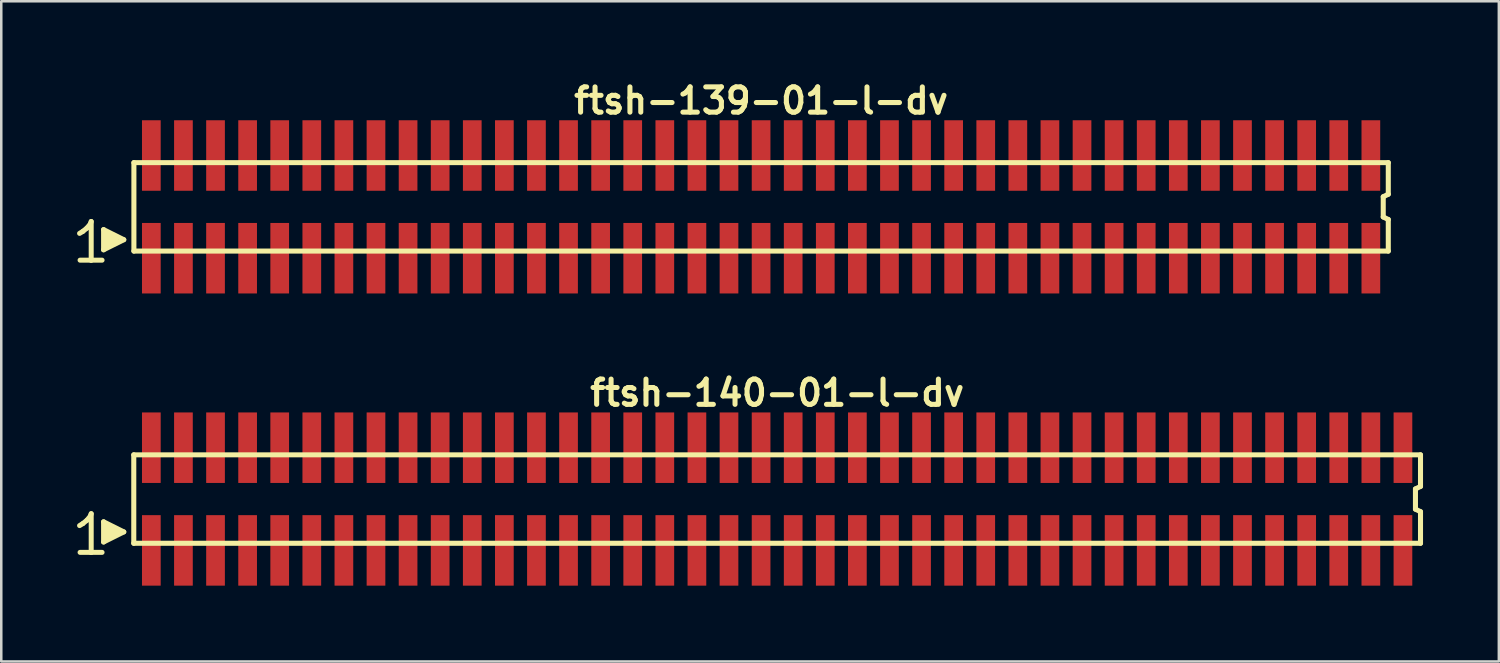
<source format=kicad_pcb>
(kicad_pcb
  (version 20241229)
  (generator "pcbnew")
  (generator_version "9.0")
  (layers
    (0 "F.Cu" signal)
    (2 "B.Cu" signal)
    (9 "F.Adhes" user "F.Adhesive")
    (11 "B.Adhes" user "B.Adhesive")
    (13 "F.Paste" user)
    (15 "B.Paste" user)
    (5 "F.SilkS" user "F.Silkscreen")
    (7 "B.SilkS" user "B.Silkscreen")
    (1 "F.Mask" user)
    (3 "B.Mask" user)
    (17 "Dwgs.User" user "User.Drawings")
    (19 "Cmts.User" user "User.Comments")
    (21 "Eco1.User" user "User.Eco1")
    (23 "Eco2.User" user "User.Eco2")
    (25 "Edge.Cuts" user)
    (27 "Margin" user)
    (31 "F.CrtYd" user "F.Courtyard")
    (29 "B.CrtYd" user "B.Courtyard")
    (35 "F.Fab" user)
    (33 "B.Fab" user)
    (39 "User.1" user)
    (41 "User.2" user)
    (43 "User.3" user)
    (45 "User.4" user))
  (footprint "ftsh-139-01-l-dv"
    (layer "F.Cu")
    (at 27.069 5.136)
    (property "Reference" "ftsh-139-01-l-dv" (at 0 -4.2 0) (layer "F.SilkS") (effects (font (size 1 1) (thickness 0.2))))
    (attr smd)
    (fp_line (start -26.97 1.05) (end -26.84 0.97) (stroke (width 0.198) (type solid)) (layer "F.SilkS"))
    (fp_line (start -26.84 0.97) (end -26.68 0.84) (stroke (width 0.198) (type solid)) (layer "F.SilkS"))
    (fp_line (start -26.68 0.84) (end -26.54 0.67) (stroke (width 0.198) (type solid)) (layer "F.SilkS"))
    (fp_line (start -26.54 0.67) (end -26.51 0.58) (stroke (width 0.198) (type solid)) (layer "F.SilkS"))
    (fp_line (start -26.51 0.58) (end -26.51 2.11) (stroke (width 0.198) (type solid)) (layer "F.SilkS"))
    (fp_line (start -26.51 2.11) (end -26.95 2.11) (stroke (width 0.198) (type solid)) (layer "F.SilkS"))
    (fp_line (start -26.08 2.11) (end -26.52 2.11) (stroke (width 0.198) (type solid)) (layer "F.SilkS"))
    (fp_line (start -26.02 0.9) (end -25.22 1.3) (stroke (width 0.198) (type solid)) (layer "F.SilkS"))
    (fp_line (start -26.02 1.7) (end -26.02 0.9) (stroke (width 0.198) (type solid)) (layer "F.SilkS"))
    (fp_line (start -25.92 1.6) (end -25.92 1) (stroke (width 0.198) (type solid)) (layer "F.SilkS"))
    (fp_line (start -25.82 1.1) (end -25.82 1.5) (stroke (width 0.198) (type solid)) (layer "F.SilkS"))
    (fp_line (start -25.72 1.5) (end -25.72 1.1) (stroke (width 0.198) (type solid)) (layer "F.SilkS"))
    (fp_line (start -25.62 1.2) (end -25.62 1.4) (stroke (width 0.198) (type solid)) (layer "F.SilkS"))
    (fp_line (start -25.52 1.4) (end -25.52 1.2) (stroke (width 0.198) (type solid)) (layer "F.SilkS"))
    (fp_line (start -25.22 1.3) (end -26.02 1.7) (stroke (width 0.198) (type solid)) (layer "F.SilkS"))
    (fp_line (start -24.82 -1.75) (end -24.82 1.75) (stroke (width 0.2) (type solid)) (layer "F.SilkS"))
    (fp_line (start -24.82 -1.75) (end 24.82 -1.75) (stroke (width 0.2) (type solid)) (layer "F.SilkS"))
    (fp_line (start -24.82 1.75) (end 24.82 1.75) (stroke (width 0.2) (type solid)) (layer "F.SilkS"))
    (fp_line (start 24.62 -0.4) (end 24.62 0.4) (stroke (width 0.2) (type solid)) (layer "F.SilkS"))
    (fp_line (start 24.62 0.4) (end 24.82 0.5) (stroke (width 0.2) (type solid)) (layer "F.SilkS"))
    (fp_line (start 24.82 -0.5) (end 24.62 -0.4) (stroke (width 0.2) (type solid)) (layer "F.SilkS"))
    (fp_line (start 24.82 -0.5) (end 24.82 -1.75) (stroke (width 0.2) (type solid)) (layer "F.SilkS"))
    (fp_line (start 24.82 0.5) (end 24.82 1.75) (stroke (width 0.2) (type solid)) (layer "F.SilkS"))
    (pad "1" smd rect (at -24.13 2.032) (size 0.74 2.79) (layers "F.Cu" "F.Mask" "F.Paste"))
    (pad "2" smd rect (at -24.13 -2.032) (size 0.74 2.79) (layers "F.Cu" "F.Mask" "F.Paste"))
    (pad "3" smd rect (at -22.86 2.032) (size 0.74 2.79) (layers "F.Cu" "F.Mask" "F.Paste"))
    (pad "4" smd rect (at -22.86 -2.032) (size 0.74 2.79) (layers "F.Cu" "F.Mask" "F.Paste"))
    (pad "5" smd rect (at -21.59 2.032) (size 0.74 2.79) (layers "F.Cu" "F.Mask" "F.Paste"))
    (pad "6" smd rect (at -21.59 -2.032) (size 0.74 2.79) (layers "F.Cu" "F.Mask" "F.Paste"))
    (pad "7" smd rect (at -20.32 2.032) (size 0.74 2.79) (layers "F.Cu" "F.Mask" "F.Paste"))
    (pad "8" smd rect (at -20.32 -2.032) (size 0.74 2.79) (layers "F.Cu" "F.Mask" "F.Paste"))
    (pad "9" smd rect (at -19.05 2.032) (size 0.74 2.79) (layers "F.Cu" "F.Mask" "F.Paste"))
    (pad "10" smd rect (at -19.05 -2.032) (size 0.74 2.79) (layers "F.Cu" "F.Mask" "F.Paste"))
    (pad "11" smd rect (at -17.78 2.032) (size 0.74 2.79) (layers "F.Cu" "F.Mask" "F.Paste"))
    (pad "12" smd rect (at -17.78 -2.032) (size 0.74 2.79) (layers "F.Cu" "F.Mask" "F.Paste"))
    (pad "13" smd rect (at -16.51 2.032) (size 0.74 2.79) (layers "F.Cu" "F.Mask" "F.Paste"))
    (pad "14" smd rect (at -16.51 -2.032) (size 0.74 2.79) (layers "F.Cu" "F.Mask" "F.Paste"))
    (pad "15" smd rect (at -15.24 2.032) (size 0.74 2.79) (layers "F.Cu" "F.Mask" "F.Paste"))
    (pad "16" smd rect (at -15.24 -2.032) (size 0.74 2.79) (layers "F.Cu" "F.Mask" "F.Paste"))
    (pad "17" smd rect (at -13.97 2.032) (size 0.74 2.79) (layers "F.Cu" "F.Mask" "F.Paste"))
    (pad "18" smd rect (at -13.97 -2.032) (size 0.74 2.79) (layers "F.Cu" "F.Mask" "F.Paste"))
    (pad "19" smd rect (at -12.7 2.032) (size 0.74 2.79) (layers "F.Cu" "F.Mask" "F.Paste"))
    (pad "20" smd rect (at -12.7 -2.032) (size 0.74 2.79) (layers "F.Cu" "F.Mask" "F.Paste"))
    (pad "21" smd rect (at -11.43 2.032) (size 0.74 2.79) (layers "F.Cu" "F.Mask" "F.Paste"))
    (pad "22" smd rect (at -11.43 -2.032) (size 0.74 2.79) (layers "F.Cu" "F.Mask" "F.Paste"))
    (pad "23" smd rect (at -10.16 2.032) (size 0.74 2.79) (layers "F.Cu" "F.Mask" "F.Paste"))
    (pad "24" smd rect (at -10.16 -2.032) (size 0.74 2.79) (layers "F.Cu" "F.Mask" "F.Paste"))
    (pad "25" smd rect (at -8.89 2.032) (size 0.74 2.79) (layers "F.Cu" "F.Mask" "F.Paste"))
    (pad "26" smd rect (at -8.89 -2.032) (size 0.74 2.79) (layers "F.Cu" "F.Mask" "F.Paste"))
    (pad "27" smd rect (at -7.62 2.032) (size 0.74 2.79) (layers "F.Cu" "F.Mask" "F.Paste"))
    (pad "28" smd rect (at -7.62 -2.032) (size 0.74 2.79) (layers "F.Cu" "F.Mask" "F.Paste"))
    (pad "29" smd rect (at -6.35 2.032) (size 0.74 2.79) (layers "F.Cu" "F.Mask" "F.Paste"))
    (pad "30" smd rect (at -6.35 -2.032) (size 0.74 2.79) (layers "F.Cu" "F.Mask" "F.Paste"))
    (pad "31" smd rect (at -5.08 2.032) (size 0.74 2.79) (layers "F.Cu" "F.Mask" "F.Paste"))
    (pad "32" smd rect (at -5.08 -2.032) (size 0.74 2.79) (layers "F.Cu" "F.Mask" "F.Paste"))
    (pad "33" smd rect (at -3.81 2.032) (size 0.74 2.79) (layers "F.Cu" "F.Mask" "F.Paste"))
    (pad "34" smd rect (at -3.81 -2.032) (size 0.74 2.79) (layers "F.Cu" "F.Mask" "F.Paste"))
    (pad "35" smd rect (at -2.54 2.032) (size 0.74 2.79) (layers "F.Cu" "F.Mask" "F.Paste"))
    (pad "36" smd rect (at -2.54 -2.032) (size 0.74 2.79) (layers "F.Cu" "F.Mask" "F.Paste"))
    (pad "37" smd rect (at -1.27 2.032) (size 0.74 2.79) (layers "F.Cu" "F.Mask" "F.Paste"))
    (pad "38" smd rect (at -1.27 -2.032) (size 0.74 2.79) (layers "F.Cu" "F.Mask" "F.Paste"))
    (pad "39" smd rect (at 0 2.032) (size 0.74 2.79) (layers "F.Cu" "F.Mask" "F.Paste"))
    (pad "40" smd rect (at 0 -2.032) (size 0.74 2.79) (layers "F.Cu" "F.Mask" "F.Paste"))
    (pad "41" smd rect (at 1.27 2.032) (size 0.74 2.79) (layers "F.Cu" "F.Mask" "F.Paste"))
    (pad "42" smd rect (at 1.27 -2.032) (size 0.74 2.79) (layers "F.Cu" "F.Mask" "F.Paste"))
    (pad "43" smd rect (at 2.54 2.032) (size 0.74 2.79) (layers "F.Cu" "F.Mask" "F.Paste"))
    (pad "44" smd rect (at 2.54 -2.032) (size 0.74 2.79) (layers "F.Cu" "F.Mask" "F.Paste"))
    (pad "45" smd rect (at 3.81 2.032) (size 0.74 2.79) (layers "F.Cu" "F.Mask" "F.Paste"))
    (pad "46" smd rect (at 3.81 -2.032) (size 0.74 2.79) (layers "F.Cu" "F.Mask" "F.Paste"))
    (pad "47" smd rect (at 5.08 2.032) (size 0.74 2.79) (layers "F.Cu" "F.Mask" "F.Paste"))
    (pad "48" smd rect (at 5.08 -2.032) (size 0.74 2.79) (layers "F.Cu" "F.Mask" "F.Paste"))
    (pad "49" smd rect (at 6.35 2.032) (size 0.74 2.79) (layers "F.Cu" "F.Mask" "F.Paste"))
    (pad "50" smd rect (at 6.35 -2.032) (size 0.74 2.79) (layers "F.Cu" "F.Mask" "F.Paste"))
    (pad "51" smd rect (at 7.62 2.032) (size 0.74 2.79) (layers "F.Cu" "F.Mask" "F.Paste"))
    (pad "52" smd rect (at 7.62 -2.032) (size 0.74 2.79) (layers "F.Cu" "F.Mask" "F.Paste"))
    (pad "53" smd rect (at 8.89 2.032) (size 0.74 2.79) (layers "F.Cu" "F.Mask" "F.Paste"))
    (pad "54" smd rect (at 8.89 -2.032) (size 0.74 2.79) (layers "F.Cu" "F.Mask" "F.Paste"))
    (pad "55" smd rect (at 10.16 2.032) (size 0.74 2.79) (layers "F.Cu" "F.Mask" "F.Paste"))
    (pad "56" smd rect (at 10.16 -2.032) (size 0.74 2.79) (layers "F.Cu" "F.Mask" "F.Paste"))
    (pad "57" smd rect (at 11.43 2.032) (size 0.74 2.79) (layers "F.Cu" "F.Mask" "F.Paste"))
    (pad "58" smd rect (at 11.43 -2.032) (size 0.74 2.79) (layers "F.Cu" "F.Mask" "F.Paste"))
    (pad "59" smd rect (at 12.7 2.032) (size 0.74 2.79) (layers "F.Cu" "F.Mask" "F.Paste"))
    (pad "60" smd rect (at 12.7 -2.032) (size 0.74 2.79) (layers "F.Cu" "F.Mask" "F.Paste"))
    (pad "61" smd rect (at 13.97 2.032) (size 0.74 2.79) (layers "F.Cu" "F.Mask" "F.Paste"))
    (pad "62" smd rect (at 13.97 -2.032) (size 0.74 2.79) (layers "F.Cu" "F.Mask" "F.Paste"))
    (pad "63" smd rect (at 15.24 2.032) (size 0.74 2.79) (layers "F.Cu" "F.Mask" "F.Paste"))
    (pad "64" smd rect (at 15.24 -2.032) (size 0.74 2.79) (layers "F.Cu" "F.Mask" "F.Paste"))
    (pad "65" smd rect (at 16.51 2.032) (size 0.74 2.79) (layers "F.Cu" "F.Mask" "F.Paste"))
    (pad "66" smd rect (at 16.51 -2.032) (size 0.74 2.79) (layers "F.Cu" "F.Mask" "F.Paste"))
    (pad "67" smd rect (at 17.78 2.032) (size 0.74 2.79) (layers "F.Cu" "F.Mask" "F.Paste"))
    (pad "68" smd rect (at 17.78 -2.032) (size 0.74 2.79) (layers "F.Cu" "F.Mask" "F.Paste"))
    (pad "69" smd rect (at 19.05 2.032) (size 0.74 2.79) (layers "F.Cu" "F.Mask" "F.Paste"))
    (pad "70" smd rect (at 19.05 -2.032) (size 0.74 2.79) (layers "F.Cu" "F.Mask" "F.Paste"))
    (pad "71" smd rect (at 20.32 2.032) (size 0.74 2.79) (layers "F.Cu" "F.Mask" "F.Paste"))
    (pad "72" smd rect (at 20.32 -2.032) (size 0.74 2.79) (layers "F.Cu" "F.Mask" "F.Paste"))
    (pad "73" smd rect (at 21.59 2.032) (size 0.74 2.79) (layers "F.Cu" "F.Mask" "F.Paste"))
    (pad "74" smd rect (at 21.59 -2.032) (size 0.74 2.79) (layers "F.Cu" "F.Mask" "F.Paste"))
    (pad "75" smd rect (at 22.86 2.032) (size 0.74 2.79) (layers "F.Cu" "F.Mask" "F.Paste"))
    (pad "76" smd rect (at 22.86 -2.032) (size 0.74 2.79) (layers "F.Cu" "F.Mask" "F.Paste"))
    (pad "77" smd rect (at 24.13 2.032) (size 0.74 2.79) (layers "F.Cu" "F.Mask" "F.Paste"))
    (pad "78" smd rect (at 24.13 -2.032) (size 0.74 2.79) (layers "F.Cu" "F.Mask" "F.Paste")))
  (footprint "ftsh-140-01-l-dv"
    (layer "F.Cu")
    (at 27.704 16.699)
    (property "Reference" "ftsh-140-01-l-dv" (at 0 -4.2 0) (layer "F.SilkS") (effects (font (size 1 1) (thickness 0.2))))
    (attr smd)
    (fp_line (start -27.605 1.05) (end -27.475 0.97) (stroke (width 0.198) (type solid)) (layer "F.SilkS"))
    (fp_line (start -27.475 0.97) (end -27.315 0.84) (stroke (width 0.198) (type solid)) (layer "F.SilkS"))
    (fp_line (start -27.315 0.84) (end -27.175 0.67) (stroke (width 0.198) (type solid)) (layer "F.SilkS"))
    (fp_line (start -27.175 0.67) (end -27.145 0.58) (stroke (width 0.198) (type solid)) (layer "F.SilkS"))
    (fp_line (start -27.145 0.58) (end -27.145 2.11) (stroke (width 0.198) (type solid)) (layer "F.SilkS"))
    (fp_line (start -27.145 2.11) (end -27.585 2.11) (stroke (width 0.198) (type solid)) (layer "F.SilkS"))
    (fp_line (start -26.715 2.11) (end -27.155 2.11) (stroke (width 0.198) (type solid)) (layer "F.SilkS"))
    (fp_line (start -26.655 0.9) (end -25.855 1.3) (stroke (width 0.198) (type solid)) (layer "F.SilkS"))
    (fp_line (start -26.655 1.7) (end -26.655 0.9) (stroke (width 0.198) (type solid)) (layer "F.SilkS"))
    (fp_line (start -26.555 1.6) (end -26.555 1) (stroke (width 0.198) (type solid)) (layer "F.SilkS"))
    (fp_line (start -26.455 1.1) (end -26.455 1.5) (stroke (width 0.198) (type solid)) (layer "F.SilkS"))
    (fp_line (start -26.355 1.5) (end -26.355 1.1) (stroke (width 0.198) (type solid)) (layer "F.SilkS"))
    (fp_line (start -26.255 1.2) (end -26.255 1.4) (stroke (width 0.198) (type solid)) (layer "F.SilkS"))
    (fp_line (start -26.155 1.4) (end -26.155 1.2) (stroke (width 0.198) (type solid)) (layer "F.SilkS"))
    (fp_line (start -25.855 1.3) (end -26.655 1.7) (stroke (width 0.198) (type solid)) (layer "F.SilkS"))
    (fp_line (start -25.46 -1.75) (end -25.46 1.75) (stroke (width 0.2) (type solid)) (layer "F.SilkS"))
    (fp_line (start -25.46 -1.75) (end 25.46 -1.75) (stroke (width 0.2) (type solid)) (layer "F.SilkS"))
    (fp_line (start -25.46 1.75) (end 25.46 1.75) (stroke (width 0.2) (type solid)) (layer "F.SilkS"))
    (fp_line (start 25.26 -0.4) (end 25.26 0.4) (stroke (width 0.2) (type solid)) (layer "F.SilkS"))
    (fp_line (start 25.26 0.4) (end 25.46 0.5) (stroke (width 0.2) (type solid)) (layer "F.SilkS"))
    (fp_line (start 25.46 -0.5) (end 25.26 -0.4) (stroke (width 0.2) (type solid)) (layer "F.SilkS"))
    (fp_line (start 25.46 -0.5) (end 25.46 -1.75) (stroke (width 0.2) (type solid)) (layer "F.SilkS"))
    (fp_line (start 25.46 0.5) (end 25.46 1.75) (stroke (width 0.2) (type solid)) (layer "F.SilkS"))
    (pad "1" smd rect (at -24.765 2.032) (size 0.74 2.79) (layers "F.Cu" "F.Mask" "F.Paste"))
    (pad "2" smd rect (at -24.765 -2.032) (size 0.74 2.79) (layers "F.Cu" "F.Mask" "F.Paste"))
    (pad "3" smd rect (at -23.495 2.032) (size 0.74 2.79) (layers "F.Cu" "F.Mask" "F.Paste"))
    (pad "4" smd rect (at -23.495 -2.032) (size 0.74 2.79) (layers "F.Cu" "F.Mask" "F.Paste"))
    (pad "5" smd rect (at -22.225 2.032) (size 0.74 2.79) (layers "F.Cu" "F.Mask" "F.Paste"))
    (pad "6" smd rect (at -22.225 -2.032) (size 0.74 2.79) (layers "F.Cu" "F.Mask" "F.Paste"))
    (pad "7" smd rect (at -20.955 2.032) (size 0.74 2.79) (layers "F.Cu" "F.Mask" "F.Paste"))
    (pad "8" smd rect (at -20.955 -2.032) (size 0.74 2.79) (layers "F.Cu" "F.Mask" "F.Paste"))
    (pad "9" smd rect (at -19.685 2.032) (size 0.74 2.79) (layers "F.Cu" "F.Mask" "F.Paste"))
    (pad "10" smd rect (at -19.685 -2.032) (size 0.74 2.79) (layers "F.Cu" "F.Mask" "F.Paste"))
    (pad "11" smd rect (at -18.415 2.032) (size 0.74 2.79) (layers "F.Cu" "F.Mask" "F.Paste"))
    (pad "12" smd rect (at -18.415 -2.032) (size 0.74 2.79) (layers "F.Cu" "F.Mask" "F.Paste"))
    (pad "13" smd rect (at -17.145 2.032) (size 0.74 2.79) (layers "F.Cu" "F.Mask" "F.Paste"))
    (pad "14" smd rect (at -17.145 -2.032) (size 0.74 2.79) (layers "F.Cu" "F.Mask" "F.Paste"))
    (pad "15" smd rect (at -15.875 2.032) (size 0.74 2.79) (layers "F.Cu" "F.Mask" "F.Paste"))
    (pad "16" smd rect (at -15.875 -2.032) (size 0.74 2.79) (layers "F.Cu" "F.Mask" "F.Paste"))
    (pad "17" smd rect (at -14.605 2.032) (size 0.74 2.79) (layers "F.Cu" "F.Mask" "F.Paste"))
    (pad "18" smd rect (at -14.605 -2.032) (size 0.74 2.79) (layers "F.Cu" "F.Mask" "F.Paste"))
    (pad "19" smd rect (at -13.335 2.032) (size 0.74 2.79) (layers "F.Cu" "F.Mask" "F.Paste"))
    (pad "20" smd rect (at -13.335 -2.032) (size 0.74 2.79) (layers "F.Cu" "F.Mask" "F.Paste"))
    (pad "21" smd rect (at -12.065 2.032) (size 0.74 2.79) (layers "F.Cu" "F.Mask" "F.Paste"))
    (pad "22" smd rect (at -12.065 -2.032) (size 0.74 2.79) (layers "F.Cu" "F.Mask" "F.Paste"))
    (pad "23" smd rect (at -10.795 2.032) (size 0.74 2.79) (layers "F.Cu" "F.Mask" "F.Paste"))
    (pad "24" smd rect (at -10.795 -2.032) (size 0.74 2.79) (layers "F.Cu" "F.Mask" "F.Paste"))
    (pad "25" smd rect (at -9.525 2.032) (size 0.74 2.79) (layers "F.Cu" "F.Mask" "F.Paste"))
    (pad "26" smd rect (at -9.525 -2.032) (size 0.74 2.79) (layers "F.Cu" "F.Mask" "F.Paste"))
    (pad "27" smd rect (at -8.255 2.032) (size 0.74 2.79) (layers "F.Cu" "F.Mask" "F.Paste"))
    (pad "28" smd rect (at -8.255 -2.032) (size 0.74 2.79) (layers "F.Cu" "F.Mask" "F.Paste"))
    (pad "29" smd rect (at -6.985 2.032) (size 0.74 2.79) (layers "F.Cu" "F.Mask" "F.Paste"))
    (pad "30" smd rect (at -6.985 -2.032) (size 0.74 2.79) (layers "F.Cu" "F.Mask" "F.Paste"))
    (pad "31" smd rect (at -5.715 2.032) (size 0.74 2.79) (layers "F.Cu" "F.Mask" "F.Paste"))
    (pad "32" smd rect (at -5.715 -2.032) (size 0.74 2.79) (layers "F.Cu" "F.Mask" "F.Paste"))
    (pad "33" smd rect (at -4.445 2.032) (size 0.74 2.79) (layers "F.Cu" "F.Mask" "F.Paste"))
    (pad "34" smd rect (at -4.445 -2.032) (size 0.74 2.79) (layers "F.Cu" "F.Mask" "F.Paste"))
    (pad "35" smd rect (at -3.175 2.032) (size 0.74 2.79) (layers "F.Cu" "F.Mask" "F.Paste"))
    (pad "36" smd rect (at -3.175 -2.032) (size 0.74 2.79) (layers "F.Cu" "F.Mask" "F.Paste"))
    (pad "37" smd rect (at -1.905 2.032) (size 0.74 2.79) (layers "F.Cu" "F.Mask" "F.Paste"))
    (pad "38" smd rect (at -1.905 -2.032) (size 0.74 2.79) (layers "F.Cu" "F.Mask" "F.Paste"))
    (pad "39" smd rect (at -0.635 2.032) (size 0.74 2.79) (layers "F.Cu" "F.Mask" "F.Paste"))
    (pad "40" smd rect (at -0.635 -2.032) (size 0.74 2.79) (layers "F.Cu" "F.Mask" "F.Paste"))
    (pad "41" smd rect (at 0.635 2.032) (size 0.74 2.79) (layers "F.Cu" "F.Mask" "F.Paste"))
    (pad "42" smd rect (at 0.635 -2.032) (size 0.74 2.79) (layers "F.Cu" "F.Mask" "F.Paste"))
    (pad "43" smd rect (at 1.905 2.032) (size 0.74 2.79) (layers "F.Cu" "F.Mask" "F.Paste"))
    (pad "44" smd rect (at 1.905 -2.032) (size 0.74 2.79) (layers "F.Cu" "F.Mask" "F.Paste"))
    (pad "45" smd rect (at 3.175 2.032) (size 0.74 2.79) (layers "F.Cu" "F.Mask" "F.Paste"))
    (pad "46" smd rect (at 3.175 -2.032) (size 0.74 2.79) (layers "F.Cu" "F.Mask" "F.Paste"))
    (pad "47" smd rect (at 4.445 2.032) (size 0.74 2.79) (layers "F.Cu" "F.Mask" "F.Paste"))
    (pad "48" smd rect (at 4.445 -2.032) (size 0.74 2.79) (layers "F.Cu" "F.Mask" "F.Paste"))
    (pad "49" smd rect (at 5.715 2.032) (size 0.74 2.79) (layers "F.Cu" "F.Mask" "F.Paste"))
    (pad "50" smd rect (at 5.715 -2.032) (size 0.74 2.79) (layers "F.Cu" "F.Mask" "F.Paste"))
    (pad "51" smd rect (at 6.985 2.032) (size 0.74 2.79) (layers "F.Cu" "F.Mask" "F.Paste"))
    (pad "52" smd rect (at 6.985 -2.032) (size 0.74 2.79) (layers "F.Cu" "F.Mask" "F.Paste"))
    (pad "53" smd rect (at 8.255 2.032) (size 0.74 2.79) (layers "F.Cu" "F.Mask" "F.Paste"))
    (pad "54" smd rect (at 8.255 -2.032) (size 0.74 2.79) (layers "F.Cu" "F.Mask" "F.Paste"))
    (pad "55" smd rect (at 9.525 2.032) (size 0.74 2.79) (layers "F.Cu" "F.Mask" "F.Paste"))
    (pad "56" smd rect (at 9.525 -2.032) (size 0.74 2.79) (layers "F.Cu" "F.Mask" "F.Paste"))
    (pad "57" smd rect (at 10.795 2.032) (size 0.74 2.79) (layers "F.Cu" "F.Mask" "F.Paste"))
    (pad "58" smd rect (at 10.795 -2.032) (size 0.74 2.79) (layers "F.Cu" "F.Mask" "F.Paste"))
    (pad "59" smd rect (at 12.065 2.032) (size 0.74 2.79) (layers "F.Cu" "F.Mask" "F.Paste"))
    (pad "60" smd rect (at 12.065 -2.032) (size 0.74 2.79) (layers "F.Cu" "F.Mask" "F.Paste"))
    (pad "61" smd rect (at 13.335 2.032) (size 0.74 2.79) (layers "F.Cu" "F.Mask" "F.Paste"))
    (pad "62" smd rect (at 13.335 -2.032) (size 0.74 2.79) (layers "F.Cu" "F.Mask" "F.Paste"))
    (pad "63" smd rect (at 14.605 2.032) (size 0.74 2.79) (layers "F.Cu" "F.Mask" "F.Paste"))
    (pad "64" smd rect (at 14.605 -2.032) (size 0.74 2.79) (layers "F.Cu" "F.Mask" "F.Paste"))
    (pad "65" smd rect (at 15.875 2.032) (size 0.74 2.79) (layers "F.Cu" "F.Mask" "F.Paste"))
    (pad "66" smd rect (at 15.875 -2.032) (size 0.74 2.79) (layers "F.Cu" "F.Mask" "F.Paste"))
    (pad "67" smd rect (at 17.145 2.032) (size 0.74 2.79) (layers "F.Cu" "F.Mask" "F.Paste"))
    (pad "68" smd rect (at 17.145 -2.032) (size 0.74 2.79) (layers "F.Cu" "F.Mask" "F.Paste"))
    (pad "69" smd rect (at 18.415 2.032) (size 0.74 2.79) (layers "F.Cu" "F.Mask" "F.Paste"))
    (pad "70" smd rect (at 18.415 -2.032) (size 0.74 2.79) (layers "F.Cu" "F.Mask" "F.Paste"))
    (pad "71" smd rect (at 19.685 2.032) (size 0.74 2.79) (layers "F.Cu" "F.Mask" "F.Paste"))
    (pad "72" smd rect (at 19.685 -2.032) (size 0.74 2.79) (layers "F.Cu" "F.Mask" "F.Paste"))
    (pad "73" smd rect (at 20.955 2.032) (size 0.74 2.79) (layers "F.Cu" "F.Mask" "F.Paste"))
    (pad "74" smd rect (at 20.955 -2.032) (size 0.74 2.79) (layers "F.Cu" "F.Mask" "F.Paste"))
    (pad "75" smd rect (at 22.225 2.032) (size 0.74 2.79) (layers "F.Cu" "F.Mask" "F.Paste"))
    (pad "76" smd rect (at 22.225 -2.032) (size 0.74 2.79) (layers "F.Cu" "F.Mask" "F.Paste"))
    (pad "77" smd rect (at 23.495 2.032) (size 0.74 2.79) (layers "F.Cu" "F.Mask" "F.Paste"))
    (pad "78" smd rect (at 23.495 -2.032) (size 0.74 2.79) (layers "F.Cu" "F.Mask" "F.Paste"))
    (pad "79" smd rect (at 24.765 2.032) (size 0.74 2.79) (layers "F.Cu" "F.Mask" "F.Paste"))
    (pad "80" smd rect (at 24.765 -2.032) (size 0.74 2.79) (layers "F.Cu" "F.Mask" "F.Paste")))
  (gr_rect
    (start -3 -3)
    (end 56.264 23.126)
    (stroke (width 0.1) (type default))
    (fill no)
    (layer "Edge.Cuts")))
</source>
